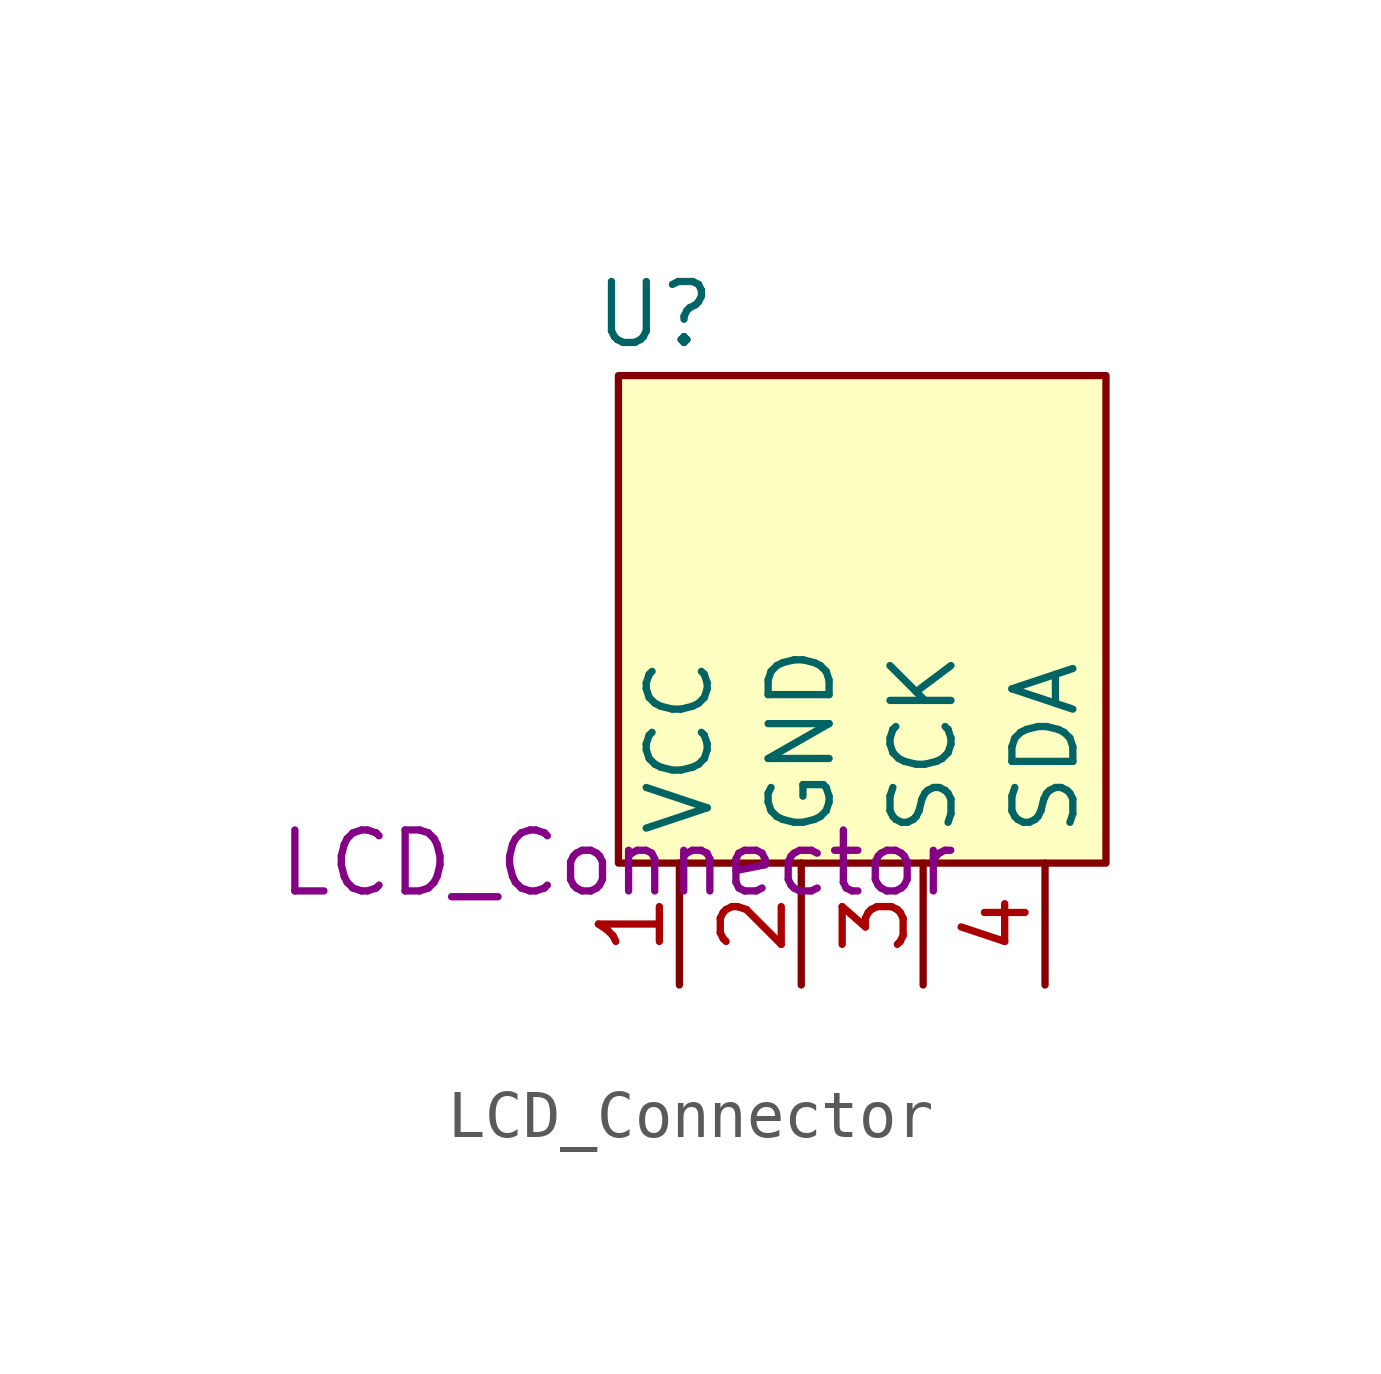
<source format=kicad_sym>
(kicad_symbol_lib
  (version 20231120)
  (generator "kicad_symbol_editor")
  (generator_version "8.0")
  (symbol "LCD_Connector"
    (property "Reference" "U"
      (at 0.762 11.43 0)
      (effects (font (size 1.27 1.27))))
    (property "Description" "LCD_Connector"
      (at 0 0 0)
      (effects (font (size 1.27 1.27))))
    (symbol "LCD_Connector_1_1"
      (rectangle (start 0 10.16) (end 10.16 0) (stroke (width 0) (type default)) (fill (type background)))
      (pin input line (at 1.27 -2.54 90) (length 2.54) (name "VCC" (effects (font (size 1.27 1.27)))) (number "1" (effects (font (size 1.27 1.27)))))
      (pin input line (at 3.81 -2.54 90) (length 2.54) (name "GND" (effects (font (size 1.27 1.27)))) (number "2" (effects (font (size 1.27 1.27)))))
      (pin input line (at 6.35 -2.54 90) (length 2.54) (name "SCK" (effects (font (size 1.27 1.27)))) (number "3" (effects (font (size 1.27 1.27)))))
      (pin input line (at 8.89 -2.54 90) (length 2.54) (name "SDA" (effects (font (size 1.27 1.27)))) (number "4" (effects (font (size 1.27 1.27))))))))
</source>
